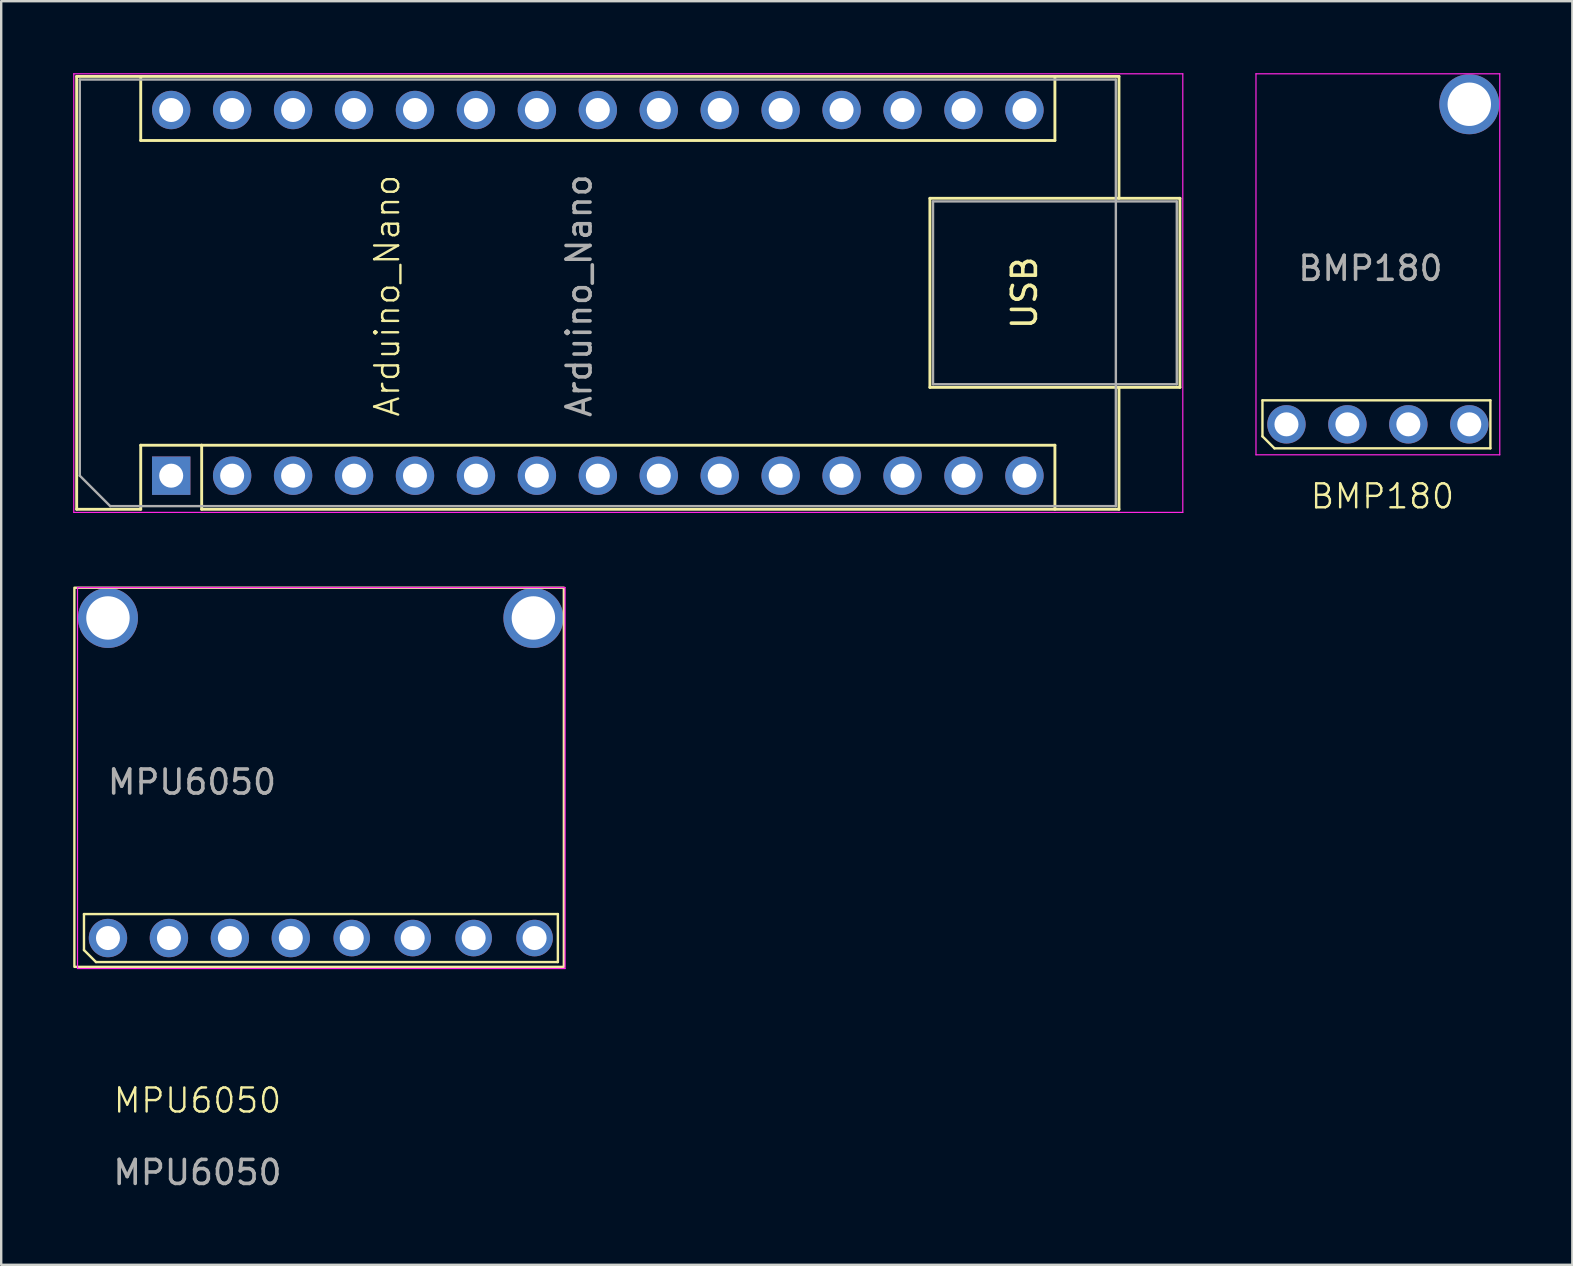
<source format=kicad_pcb>
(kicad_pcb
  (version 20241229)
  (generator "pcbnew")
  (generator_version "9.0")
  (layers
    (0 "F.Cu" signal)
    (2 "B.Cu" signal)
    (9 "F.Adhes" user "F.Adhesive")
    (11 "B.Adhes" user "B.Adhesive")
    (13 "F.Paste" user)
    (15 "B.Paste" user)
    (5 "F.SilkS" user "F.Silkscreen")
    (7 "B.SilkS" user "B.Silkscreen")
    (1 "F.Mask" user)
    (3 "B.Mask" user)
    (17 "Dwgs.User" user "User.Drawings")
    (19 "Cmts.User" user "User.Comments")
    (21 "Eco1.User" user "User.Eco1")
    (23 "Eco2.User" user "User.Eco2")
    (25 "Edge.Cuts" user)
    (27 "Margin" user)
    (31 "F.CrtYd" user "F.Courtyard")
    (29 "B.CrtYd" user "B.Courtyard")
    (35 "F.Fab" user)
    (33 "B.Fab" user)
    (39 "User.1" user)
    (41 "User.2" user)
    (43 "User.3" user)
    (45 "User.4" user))
  (footprint "BMP180"
    (layer "F.Cu")
    (at 50.565 14.635)
    (property "Reference" "BMP180" (at 4 3 0) (unlocked yes) (layer "F.SilkS") (effects (font (size 1 1) (thickness 0.1))))
    (attr through_hole)
    (fp_line (start -1 -1) (end 8.5 -1) (stroke (width 0.1) (type default)) (layer "F.SilkS"))
    (fp_line (start -1 0.5) (end -1 -1) (stroke (width 0.1) (type default)) (layer "F.SilkS"))
    (fp_line (start -1 0.5) (end -0.5 1) (stroke (width 0.1) (type default)) (layer "F.SilkS"))
    (fp_line (start 8.5 -1) (end 8.5 1) (stroke (width 0.1) (type default)) (layer "F.SilkS"))
    (fp_line (start 8.5 1) (end -0.5 1) (stroke (width 0.1) (type default)) (layer "F.SilkS"))
    (fp_line (start -1.27 -14.61) (end -1.27 1.27) (stroke (width 0.05) (type default)) (layer "F.CrtYd"))
    (fp_line (start -1.27 1.27) (end 8.89 1.27) (stroke (width 0.05) (type default)) (layer "F.CrtYd"))
    (fp_line (start 8.89 -14.61) (end -1.27 -14.61) (stroke (width 0.05) (type default)) (layer "F.CrtYd"))
    (fp_line (start 8.89 1.27) (end 8.89 -14.61) (stroke (width 0.05) (type default)) (layer "F.CrtYd"))
    (fp_text user "${REFERENCE}" (at 3.5 -6.5 0) (unlocked yes) (layer "F.Fab") (effects (font (size 1 1) (thickness 0.15))))
    (pad "" np_thru_hole circle (at 7.62 -13.34) (size 2.5 2.5) (drill 1.81) (layers "*.Cu" "*.Mask"))
    (pad "1" thru_hole circle (at 0 0) (size 1.6 1.6) (drill 1) (layers "*.Cu" "*.Mask"))
    (pad "2" thru_hole circle (at 2.54 0) (size 1.6 1.6) (drill 1) (layers "*.Cu" "*.Mask"))
    (pad "3" thru_hole circle (at 5.08 0) (size 1.6 1.6) (drill 1) (layers "*.Cu" "*.Mask"))
    (pad "4" thru_hole circle (at 7.62 0) (size 1.6 1.6) (drill 1) (layers "*.Cu" "*.Mask")))
  (footprint "Arduino_Nano"
    (layer "F.Cu")
    (at 4.085 16.775)
    (property "Reference" "Arduino_Nano" (at 9 -7.5 90) (unlocked yes) (layer "F.SilkS") (effects (font (size 1 1) (thickness 0.1))))
    (attr smd)
    (fp_line (start -3.94 -16.64) (end -3.94 1.4) (stroke (width 0.12) (type solid)) (layer "F.SilkS"))
    (fp_line (start -3.94 1.4) (end -1.27 1.4) (stroke (width 0.12) (type solid)) (layer "F.SilkS"))
    (fp_line (start -1.27 -13.97) (end -1.27 -16.64) (stroke (width 0.12) (type solid)) (layer "F.SilkS"))
    (fp_line (start -1.27 -13.97) (end 36.83 -13.97) (stroke (width 0.12) (type solid)) (layer "F.SilkS"))
    (fp_line (start -1.27 -1.27) (end -1.27 1.4) (stroke (width 0.12) (type solid)) (layer "F.SilkS"))
    (fp_line (start 1.27 -1.27) (end -1.27 -1.27) (stroke (width 0.12) (type solid)) (layer "F.SilkS"))
    (fp_line (start 1.27 -1.27) (end 1.27 1.4) (stroke (width 0.12) (type solid)) (layer "F.SilkS"))
    (fp_line (start 1.27 -1.27) (end 36.83 -1.27) (stroke (width 0.12) (type solid)) (layer "F.SilkS"))
    (fp_line (start 1.27 1.4) (end 39.5 1.4) (stroke (width 0.12) (type solid)) (layer "F.SilkS"))
    (fp_line (start 31.62 -11.56) (end 42.04 -11.56) (stroke (width 0.12) (type solid)) (layer "F.SilkS"))
    (fp_line (start 31.62 -3.68) (end 31.62 -11.56) (stroke (width 0.12) (type solid)) (layer "F.SilkS"))
    (fp_line (start 36.83 -13.97) (end 36.83 -16.64) (stroke (width 0.12) (type solid)) (layer "F.SilkS"))
    (fp_line (start 36.83 -1.27) (end 36.83 1.4) (stroke (width 0.12) (type solid)) (layer "F.SilkS"))
    (fp_line (start 39.5 -16.64) (end -3.94 -16.64) (stroke (width 0.12) (type solid)) (layer "F.SilkS"))
    (fp_line (start 39.5 -16.64) (end 39.5 -11.56) (stroke (width 0.12) (type solid)) (layer "F.SilkS"))
    (fp_line (start 39.5 1.4) (end 39.5 -3.68) (stroke (width 0.12) (type solid)) (layer "F.SilkS"))
    (fp_line (start 42.04 -11.56) (end 42.04 -3.68) (stroke (width 0.12) (type solid)) (layer "F.SilkS"))
    (fp_line (start 42.04 -3.68) (end 31.62 -3.68) (stroke (width 0.12) (type solid)) (layer "F.SilkS"))
    (fp_line (start -4.06 1.53) (end -4.06 -16.75) (stroke (width 0.05) (type solid)) (layer "F.CrtYd"))
    (fp_line (start -4.06 1.53) (end 42.16 1.53) (stroke (width 0.05) (type solid)) (layer "F.CrtYd"))
    (fp_line (start 42.16 -16.75) (end -4.06 -16.75) (stroke (width 0.05) (type solid)) (layer "F.CrtYd"))
    (fp_line (start 42.16 -16.75) (end 42.16 1.53) (stroke (width 0.05) (type solid)) (layer "F.CrtYd"))
    (fp_line (start -3.81 -16.51) (end 39.37 -16.51) (stroke (width 0.1) (type solid)) (layer "F.Fab"))
    (fp_line (start -3.81 0) (end -3.81 -16.51) (stroke (width 0.1) (type solid)) (layer "F.Fab"))
    (fp_line (start -2.54 1.27) (end -3.81 0) (stroke (width 0.1) (type solid)) (layer "F.Fab"))
    (fp_line (start 31.75 -11.43) (end 41.91 -11.43) (stroke (width 0.1) (type solid)) (layer "F.Fab"))
    (fp_line (start 31.75 -3.81) (end 31.75 -11.43) (stroke (width 0.1) (type solid)) (layer "F.Fab"))
    (fp_line (start 39.37 -16.51) (end 39.37 1.27) (stroke (width 0.1) (type solid)) (layer "F.Fab"))
    (fp_line (start 39.37 1.27) (end -2.54 1.27) (stroke (width 0.1) (type solid)) (layer "F.Fab"))
    (fp_line (start 41.91 -11.43) (end 41.91 -3.81) (stroke (width 0.1) (type solid)) (layer "F.Fab"))
    (fp_line (start 41.91 -3.81) (end 31.75 -3.81) (stroke (width 0.1) (type solid)) (layer "F.Fab"))
    (fp_text user "USB" (at 35.56 -7.62 90) (unlocked yes) (layer "F.SilkS") (effects (font (size 1 1) (thickness 0.15))))
    (fp_text user "${REFERENCE}" (at 17 -7.5 270) (layer "F.Fab") (effects (font (size 1 1) (thickness 0.15))))
    (pad "1" thru_hole rect (at 0 0 90) (size 1.6 1.6) (drill 1) (layers "*.Cu" "*.Mask"))
    (pad "2" thru_hole oval (at 2.54 0 90) (size 1.6 1.6) (drill 1) (layers "*.Cu" "*.Mask"))
    (pad "3" thru_hole oval (at 5.08 0 90) (size 1.6 1.6) (drill 1) (layers "*.Cu" "*.Mask"))
    (pad "4" thru_hole oval (at 7.62 0 90) (size 1.6 1.6) (drill 1) (layers "*.Cu" "*.Mask"))
    (pad "5" thru_hole oval (at 10.16 0 90) (size 1.6 1.6) (drill 1) (layers "*.Cu" "*.Mask"))
    (pad "6" thru_hole oval (at 12.7 0 90) (size 1.6 1.6) (drill 1) (layers "*.Cu" "*.Mask"))
    (pad "7" thru_hole oval (at 15.24 0 90) (size 1.6 1.6) (drill 1) (layers "*.Cu" "*.Mask"))
    (pad "8" thru_hole oval (at 17.78 0 90) (size 1.6 1.6) (drill 1) (layers "*.Cu" "*.Mask"))
    (pad "9" thru_hole oval (at 20.32 0 90) (size 1.6 1.6) (drill 1) (layers "*.Cu" "*.Mask"))
    (pad "10" thru_hole oval (at 22.86 0 90) (size 1.6 1.6) (drill 1) (layers "*.Cu" "*.Mask"))
    (pad "11" thru_hole oval (at 25.4 0 90) (size 1.6 1.6) (drill 1) (layers "*.Cu" "*.Mask"))
    (pad "12" thru_hole oval (at 27.94 0 90) (size 1.6 1.6) (drill 1) (layers "*.Cu" "*.Mask"))
    (pad "13" thru_hole oval (at 30.48 0 90) (size 1.6 1.6) (drill 1) (layers "*.Cu" "*.Mask"))
    (pad "14" thru_hole oval (at 33.02 0 90) (size 1.6 1.6) (drill 1) (layers "*.Cu" "*.Mask"))
    (pad "15" thru_hole oval (at 35.56 0 90) (size 1.6 1.6) (drill 1) (layers "*.Cu" "*.Mask"))
    (pad "16" thru_hole oval (at 35.56 -15.24 90) (size 1.6 1.6) (drill 1) (layers "*.Cu" "*.Mask"))
    (pad "17" thru_hole oval (at 33.02 -15.24 90) (size 1.6 1.6) (drill 1) (layers "*.Cu" "*.Mask"))
    (pad "18" thru_hole oval (at 30.48 -15.24 90) (size 1.6 1.6) (drill 1) (layers "*.Cu" "*.Mask"))
    (pad "19" thru_hole oval (at 27.94 -15.24 90) (size 1.6 1.6) (drill 1) (layers "*.Cu" "*.Mask"))
    (pad "20" thru_hole oval (at 25.4 -15.24 90) (size 1.6 1.6) (drill 1) (layers "*.Cu" "*.Mask"))
    (pad "21" thru_hole oval (at 22.86 -15.24 90) (size 1.6 1.6) (drill 1) (layers "*.Cu" "*.Mask"))
    (pad "22" thru_hole oval (at 20.32 -15.24 90) (size 1.6 1.6) (drill 1) (layers "*.Cu" "*.Mask"))
    (pad "23" thru_hole oval (at 17.78 -15.24 90) (size 1.6 1.6) (drill 1) (layers "*.Cu" "*.Mask"))
    (pad "24" thru_hole oval (at 15.24 -15.24 90) (size 1.6 1.6) (drill 1) (layers "*.Cu" "*.Mask"))
    (pad "25" thru_hole oval (at 12.7 -15.24 90) (size 1.6 1.6) (drill 1) (layers "*.Cu" "*.Mask"))
    (pad "26" thru_hole oval (at 10.16 -15.24 90) (size 1.6 1.6) (drill 1) (layers "*.Cu" "*.Mask"))
    (pad "27" thru_hole oval (at 7.62 -15.24 90) (size 1.6 1.6) (drill 1) (layers "*.Cu" "*.Mask"))
    (pad "28" thru_hole oval (at 5.08 -15.24 90) (size 1.6 1.6) (drill 1) (layers "*.Cu" "*.Mask"))
    (pad "29" thru_hole oval (at 2.54 -15.24 90) (size 1.6 1.6) (drill 1) (layers "*.Cu" "*.Mask"))
    (pad "30" thru_hole oval (at 0 -15.24 90) (size 1.6 1.6) (drill 1) (layers "*.Cu" "*.Mask")))
  (footprint "MPU6050"
    (layer "F.Cu")
    (at 1.45 36.045)
    (property "Reference" "MPU6050" (at 3.73 6.77 0) (unlocked yes) (layer "F.SilkS") (effects (font (size 1 1) (thickness 0.1))))
    (attr through_hole)
    (fp_line (start -1 -1) (end 18.75 -1) (stroke (width 0.1) (type default)) (layer "F.SilkS"))
    (fp_line (start -1 0.5) (end -1 -1) (stroke (width 0.1) (type default)) (layer "F.SilkS"))
    (fp_line (start -1 0.5) (end -0.5 1) (stroke (width 0.1) (type default)) (layer "F.SilkS"))
    (fp_line (start 18.75 -1) (end 18.75 1) (stroke (width 0.1) (type default)) (layer "F.SilkS"))
    (fp_line (start 18.75 1) (end -0.5 1) (stroke (width 0.1) (type default)) (layer "F.SilkS"))
    (fp_rect (start -1.4 -14.6) (end 19 1.2) (stroke (width 0.1) (type default)) (fill no) (layer "F.SilkS"))
    (fp_line (start -1.27 -14.61) (end -1.27 1.27) (stroke (width 0.05) (type default)) (layer "F.CrtYd"))
    (fp_line (start -1.27 1.27) (end 19.05 1.27) (stroke (width 0.05) (type default)) (layer "F.CrtYd"))
    (fp_line (start 19.05 -14.61) (end -1.27 -14.61) (stroke (width 0.05) (type default)) (layer "F.CrtYd"))
    (fp_line (start 19.05 1.27) (end 19.05 -14.61) (stroke (width 0.05) (type default)) (layer "F.CrtYd"))
    (fp_text user "${REFERENCE}" (at 3.5 -6.5 0) (unlocked yes) (layer "F.Fab") (effects (font (size 1 1) (thickness 0.15))))
    (fp_text user "${REFERENCE}" (at 3.73 9.77 0) (unlocked yes) (layer "F.Fab") (effects (font (size 1 1) (thickness 0.15))))
    (pad "" np_thru_hole circle (at 0 -13.34) (size 2.5 2.5) (drill 1.81) (layers "*.Cu" "*.Mask"))
    (pad "" np_thru_hole circle (at 17.73 -13.34) (size 2.5 2.5) (drill 1.81) (layers "*.Cu" "*.Mask"))
    (pad "1" thru_hole circle (at 0 0) (size 1.6 1.6) (drill 1) (layers "*.Cu" "*.Mask"))
    (pad "2" thru_hole circle (at 2.54 0) (size 1.6 1.6) (drill 1) (layers "*.Cu" "*.Mask"))
    (pad "3" thru_hole circle (at 5.08 0) (size 1.6 1.6) (drill 1) (layers "*.Cu" "*.Mask"))
    (pad "4" thru_hole circle (at 7.62 0) (size 1.6 1.6) (drill 1) (layers "*.Cu" "*.Mask"))
    (pad "5" thru_hole circle (at 10.16 0) (size 1.524 1.524) (drill 1) (layers "*.Cu" "*.Mask"))
    (pad "6" thru_hole circle (at 12.7 0) (size 1.524 1.524) (drill 1) (layers "*.Cu" "*.Mask"))
    (pad "7" thru_hole circle (at 15.24 0) (size 1.524 1.524) (drill 1) (layers "*.Cu" "*.Mask"))
    (pad "8" thru_hole circle (at 17.78 0) (size 1.524 1.524) (drill 1) (layers "*.Cu" "*.Mask")))
  (gr_rect
    (start -3 -3)
    (end 62.48 49.664)
    (stroke (width 0.1) (type default))
    (fill no)
    (layer "Edge.Cuts")))
</source>
